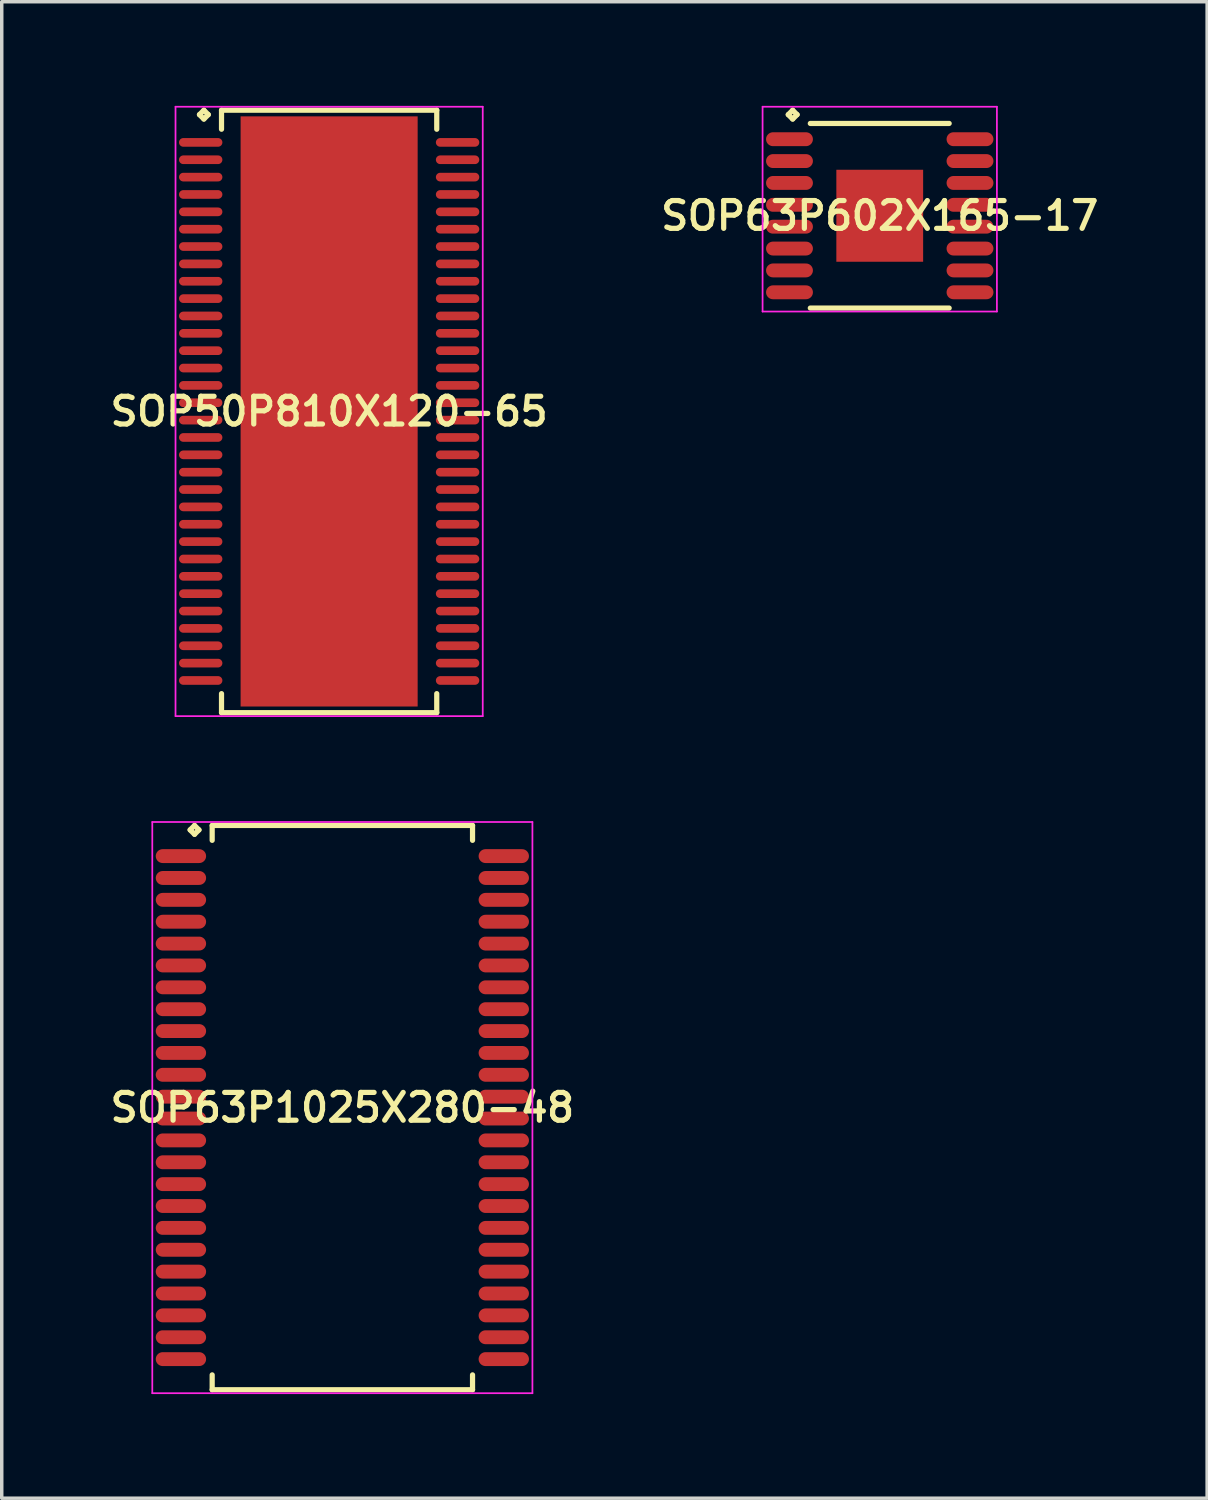
<source format=kicad_pcb>
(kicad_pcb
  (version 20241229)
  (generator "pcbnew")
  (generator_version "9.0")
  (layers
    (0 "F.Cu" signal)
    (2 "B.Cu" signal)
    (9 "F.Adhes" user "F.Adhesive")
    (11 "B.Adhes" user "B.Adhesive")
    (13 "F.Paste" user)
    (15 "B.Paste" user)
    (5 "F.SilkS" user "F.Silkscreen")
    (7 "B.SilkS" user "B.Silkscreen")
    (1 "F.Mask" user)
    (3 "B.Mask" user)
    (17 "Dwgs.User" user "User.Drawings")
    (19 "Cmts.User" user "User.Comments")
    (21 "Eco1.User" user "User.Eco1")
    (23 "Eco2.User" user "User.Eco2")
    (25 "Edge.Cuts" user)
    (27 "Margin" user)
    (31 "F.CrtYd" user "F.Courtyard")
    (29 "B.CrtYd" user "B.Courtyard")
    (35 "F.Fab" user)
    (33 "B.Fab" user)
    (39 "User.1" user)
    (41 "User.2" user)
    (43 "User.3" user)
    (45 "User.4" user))
  (footprint "SOP63P602X165-17"
    (layer "F.Cu")
    (at 22.292 3.165)
    (property "Reference" "SOP63P602X165-17" (at 0 0 0) (layer "F.SilkS") (effects (font (size 0.8 0.8) (thickness 0.15))))
    (attr smd)
    (fp_line (start -2.635 -2.913) (end -2.508 -3.04) (stroke (width 0.15) (type solid)) (layer "F.SilkS"))
    (fp_line (start -2.508 -3.04) (end -2.381 -2.913) (stroke (width 0.15) (type solid)) (layer "F.SilkS"))
    (fp_line (start -2.508 -2.786) (end -2.635 -2.913) (stroke (width 0.15) (type solid)) (layer "F.SilkS"))
    (fp_line (start -2.381 -2.913) (end -2.508 -2.786) (stroke (width 0.15) (type solid)) (layer "F.SilkS"))
    (fp_line (start -2 -2.659) (end 2 -2.659) (stroke (width 0.15) (type solid)) (layer "F.SilkS"))
    (fp_line (start -2 2.659) (end 2 2.659) (stroke (width 0.15) (type solid)) (layer "F.SilkS"))
    (fp_line (start -3.375 -3.14) (end 3.375 -3.14) (stroke (width 0.05) (type solid)) (layer "F.CrtYd"))
    (fp_line (start -3.375 2.759) (end -3.375 -3.14) (stroke (width 0.05) (type solid)) (layer "F.CrtYd"))
    (fp_line (start 3.375 -3.14) (end 3.375 2.759) (stroke (width 0.05) (type solid)) (layer "F.CrtYd"))
    (fp_line (start 3.375 2.759) (end -3.375 2.759) (stroke (width 0.05) (type solid)) (layer "F.CrtYd"))
    (pad "1" smd oval (at -2.6 -2.205) (size 1.35 0.4) (layers "F.Cu" "F.Mask" "F.Paste"))
    (pad "2" smd oval (at -2.6 -1.575) (size 1.35 0.4) (layers "F.Cu" "F.Mask" "F.Paste"))
    (pad "3" smd oval (at -2.6 -0.945) (size 1.35 0.4) (layers "F.Cu" "F.Mask" "F.Paste"))
    (pad "4" smd oval (at -2.6 -0.315) (size 1.35 0.4) (layers "F.Cu" "F.Mask" "F.Paste"))
    (pad "5" smd oval (at -2.6 0.315) (size 1.35 0.4) (layers "F.Cu" "F.Mask" "F.Paste"))
    (pad "6" smd oval (at -2.6 0.945) (size 1.35 0.4) (layers "F.Cu" "F.Mask" "F.Paste"))
    (pad "7" smd oval (at -2.6 1.575) (size 1.35 0.4) (layers "F.Cu" "F.Mask" "F.Paste"))
    (pad "8" smd oval (at -2.6 2.205) (size 1.35 0.4) (layers "F.Cu" "F.Mask" "F.Paste"))
    (pad "9" smd oval (at 2.6 2.205) (size 1.35 0.4) (layers "F.Cu" "F.Mask" "F.Paste"))
    (pad "10" smd oval (at 2.6 1.575) (size 1.35 0.4) (layers "F.Cu" "F.Mask" "F.Paste"))
    (pad "11" smd oval (at 2.6 0.945) (size 1.35 0.4) (layers "F.Cu" "F.Mask" "F.Paste"))
    (pad "12" smd oval (at 2.6 0.315) (size 1.35 0.4) (layers "F.Cu" "F.Mask" "F.Paste"))
    (pad "13" smd oval (at 2.6 -0.315) (size 1.35 0.4) (layers "F.Cu" "F.Mask" "F.Paste"))
    (pad "14" smd oval (at 2.6 -0.945) (size 1.35 0.4) (layers "F.Cu" "F.Mask" "F.Paste"))
    (pad "15" smd oval (at 2.6 -1.575) (size 1.35 0.4) (layers "F.Cu" "F.Mask" "F.Paste"))
    (pad "16" smd oval (at 2.6 -2.205) (size 1.35 0.4) (layers "F.Cu" "F.Mask" "F.Paste"))
    (pad "17" smd rect (at 0 0) (size 2.5 2.65) (layers "F.Cu" "F.Mask" "F.Paste")))
  (footprint "SOP50P810X120-65"
    (layer "F.Cu")
    (at 6.431 8.802)
    (property "Reference" "SOP50P810X120-65" (at 0 0 0) (layer "F.SilkS") (effects (font (size 0.8 0.8) (thickness 0.15))))
    (attr smd)
    (fp_line (start -3.735 -8.55) (end -3.608 -8.677) (stroke (width 0.15) (type solid)) (layer "F.SilkS"))
    (fp_line (start -3.608 -8.677) (end -3.481 -8.55) (stroke (width 0.15) (type solid)) (layer "F.SilkS"))
    (fp_line (start -3.608 -8.423) (end -3.735 -8.55) (stroke (width 0.15) (type solid)) (layer "F.SilkS"))
    (fp_line (start -3.481 -8.55) (end -3.608 -8.423) (stroke (width 0.15) (type solid)) (layer "F.SilkS"))
    (fp_line (start -3.1 -8.677) (end 3.1 -8.677) (stroke (width 0.15) (type solid)) (layer "F.SilkS"))
    (fp_line (start -3.1 -8.129) (end -3.1 -8.677) (stroke (width 0.15) (type solid)) (layer "F.SilkS"))
    (fp_line (start -3.1 8.129) (end -3.1 8.677) (stroke (width 0.15) (type solid)) (layer "F.SilkS"))
    (fp_line (start -3.1 8.677) (end 3.1 8.677) (stroke (width 0.15) (type solid)) (layer "F.SilkS"))
    (fp_line (start 3.1 -8.677) (end 3.1 -8.129) (stroke (width 0.15) (type solid)) (layer "F.SilkS"))
    (fp_line (start 3.1 8.677) (end 3.1 8.129) (stroke (width 0.15) (type solid)) (layer "F.SilkS"))
    (fp_line (start -4.425 -8.777) (end 4.425 -8.777) (stroke (width 0.05) (type solid)) (layer "F.CrtYd"))
    (fp_line (start -4.425 8.777) (end -4.425 -8.777) (stroke (width 0.05) (type solid)) (layer "F.CrtYd"))
    (fp_line (start 4.425 -8.777) (end 4.425 8.777) (stroke (width 0.05) (type solid)) (layer "F.CrtYd"))
    (fp_line (start 4.425 8.777) (end -4.425 8.777) (stroke (width 0.05) (type solid)) (layer "F.CrtYd"))
    (pad "1" smd oval (at -3.7 -7.75) (size 1.25 0.25) (layers "F.Cu" "F.Mask" "F.Paste"))
    (pad "2" smd oval (at -3.7 -7.25) (size 1.25 0.25) (layers "F.Cu" "F.Mask" "F.Paste"))
    (pad "3" smd oval (at -3.7 -6.75) (size 1.25 0.25) (layers "F.Cu" "F.Mask" "F.Paste"))
    (pad "4" smd oval (at -3.7 -6.25) (size 1.25 0.25) (layers "F.Cu" "F.Mask" "F.Paste"))
    (pad "5" smd oval (at -3.7 -5.75) (size 1.25 0.25) (layers "F.Cu" "F.Mask" "F.Paste"))
    (pad "6" smd oval (at -3.7 -5.25) (size 1.25 0.25) (layers "F.Cu" "F.Mask" "F.Paste"))
    (pad "7" smd oval (at -3.7 -4.75) (size 1.25 0.25) (layers "F.Cu" "F.Mask" "F.Paste"))
    (pad "8" smd oval (at -3.7 -4.25) (size 1.25 0.25) (layers "F.Cu" "F.Mask" "F.Paste"))
    (pad "9" smd oval (at -3.7 -3.75) (size 1.25 0.25) (layers "F.Cu" "F.Mask" "F.Paste"))
    (pad "10" smd oval (at -3.7 -3.25) (size 1.25 0.25) (layers "F.Cu" "F.Mask" "F.Paste"))
    (pad "11" smd oval (at -3.7 -2.75) (size 1.25 0.25) (layers "F.Cu" "F.Mask" "F.Paste"))
    (pad "12" smd oval (at -3.7 -2.25) (size 1.25 0.25) (layers "F.Cu" "F.Mask" "F.Paste"))
    (pad "13" smd oval (at -3.7 -1.75) (size 1.25 0.25) (layers "F.Cu" "F.Mask" "F.Paste"))
    (pad "14" smd oval (at -3.7 -1.25) (size 1.25 0.25) (layers "F.Cu" "F.Mask" "F.Paste"))
    (pad "15" smd oval (at -3.7 -0.75) (size 1.25 0.25) (layers "F.Cu" "F.Mask" "F.Paste"))
    (pad "16" smd oval (at -3.7 -0.25) (size 1.25 0.25) (layers "F.Cu" "F.Mask" "F.Paste"))
    (pad "17" smd oval (at -3.7 0.25) (size 1.25 0.25) (layers "F.Cu" "F.Mask" "F.Paste"))
    (pad "18" smd oval (at -3.7 0.75) (size 1.25 0.25) (layers "F.Cu" "F.Mask" "F.Paste"))
    (pad "19" smd oval (at -3.7 1.25) (size 1.25 0.25) (layers "F.Cu" "F.Mask" "F.Paste"))
    (pad "20" smd oval (at -3.7 1.75) (size 1.25 0.25) (layers "F.Cu" "F.Mask" "F.Paste"))
    (pad "21" smd oval (at -3.7 2.25) (size 1.25 0.25) (layers "F.Cu" "F.Mask" "F.Paste"))
    (pad "22" smd oval (at -3.7 2.75) (size 1.25 0.25) (layers "F.Cu" "F.Mask" "F.Paste"))
    (pad "23" smd oval (at -3.7 3.25) (size 1.25 0.25) (layers "F.Cu" "F.Mask" "F.Paste"))
    (pad "24" smd oval (at -3.7 3.75) (size 1.25 0.25) (layers "F.Cu" "F.Mask" "F.Paste"))
    (pad "25" smd oval (at -3.7 4.25) (size 1.25 0.25) (layers "F.Cu" "F.Mask" "F.Paste"))
    (pad "26" smd oval (at -3.7 4.75) (size 1.25 0.25) (layers "F.Cu" "F.Mask" "F.Paste"))
    (pad "27" smd oval (at -3.7 5.25) (size 1.25 0.25) (layers "F.Cu" "F.Mask" "F.Paste"))
    (pad "28" smd oval (at -3.7 5.75) (size 1.25 0.25) (layers "F.Cu" "F.Mask" "F.Paste"))
    (pad "29" smd oval (at -3.7 6.25) (size 1.25 0.25) (layers "F.Cu" "F.Mask" "F.Paste"))
    (pad "30" smd oval (at -3.7 6.75) (size 1.25 0.25) (layers "F.Cu" "F.Mask" "F.Paste"))
    (pad "31" smd oval (at -3.7 7.25) (size 1.25 0.25) (layers "F.Cu" "F.Mask" "F.Paste"))
    (pad "32" smd oval (at -3.7 7.75) (size 1.25 0.25) (layers "F.Cu" "F.Mask" "F.Paste"))
    (pad "33" smd oval (at 3.7 7.75) (size 1.25 0.25) (layers "F.Cu" "F.Mask" "F.Paste"))
    (pad "34" smd oval (at 3.7 7.25) (size 1.25 0.25) (layers "F.Cu" "F.Mask" "F.Paste"))
    (pad "35" smd oval (at 3.7 6.75) (size 1.25 0.25) (layers "F.Cu" "F.Mask" "F.Paste"))
    (pad "36" smd oval (at 3.7 6.25) (size 1.25 0.25) (layers "F.Cu" "F.Mask" "F.Paste"))
    (pad "37" smd oval (at 3.7 5.75) (size 1.25 0.25) (layers "F.Cu" "F.Mask" "F.Paste"))
    (pad "38" smd oval (at 3.7 5.25) (size 1.25 0.25) (layers "F.Cu" "F.Mask" "F.Paste"))
    (pad "39" smd oval (at 3.7 4.75) (size 1.25 0.25) (layers "F.Cu" "F.Mask" "F.Paste"))
    (pad "40" smd oval (at 3.7 4.25) (size 1.25 0.25) (layers "F.Cu" "F.Mask" "F.Paste"))
    (pad "41" smd oval (at 3.7 3.75) (size 1.25 0.25) (layers "F.Cu" "F.Mask" "F.Paste"))
    (pad "42" smd oval (at 3.7 3.25) (size 1.25 0.25) (layers "F.Cu" "F.Mask" "F.Paste"))
    (pad "43" smd oval (at 3.7 2.75) (size 1.25 0.25) (layers "F.Cu" "F.Mask" "F.Paste"))
    (pad "44" smd oval (at 3.7 2.25) (size 1.25 0.25) (layers "F.Cu" "F.Mask" "F.Paste"))
    (pad "45" smd oval (at 3.7 1.75) (size 1.25 0.25) (layers "F.Cu" "F.Mask" "F.Paste"))
    (pad "46" smd oval (at 3.7 1.25) (size 1.25 0.25) (layers "F.Cu" "F.Mask" "F.Paste"))
    (pad "47" smd oval (at 3.7 0.75) (size 1.25 0.25) (layers "F.Cu" "F.Mask" "F.Paste"))
    (pad "48" smd oval (at 3.7 0.25) (size 1.25 0.25) (layers "F.Cu" "F.Mask" "F.Paste"))
    (pad "49" smd oval (at 3.7 -0.25) (size 1.25 0.25) (layers "F.Cu" "F.Mask" "F.Paste"))
    (pad "50" smd oval (at 3.7 -0.75) (size 1.25 0.25) (layers "F.Cu" "F.Mask" "F.Paste"))
    (pad "51" smd oval (at 3.7 -1.25) (size 1.25 0.25) (layers "F.Cu" "F.Mask" "F.Paste"))
    (pad "52" smd oval (at 3.7 -1.75) (size 1.25 0.25) (layers "F.Cu" "F.Mask" "F.Paste"))
    (pad "53" smd oval (at 3.7 -2.25) (size 1.25 0.25) (layers "F.Cu" "F.Mask" "F.Paste"))
    (pad "54" smd oval (at 3.7 -2.75) (size 1.25 0.25) (layers "F.Cu" "F.Mask" "F.Paste"))
    (pad "55" smd oval (at 3.7 -3.25) (size 1.25 0.25) (layers "F.Cu" "F.Mask" "F.Paste"))
    (pad "56" smd oval (at 3.7 -3.75) (size 1.25 0.25) (layers "F.Cu" "F.Mask" "F.Paste"))
    (pad "57" smd oval (at 3.7 -4.25) (size 1.25 0.25) (layers "F.Cu" "F.Mask" "F.Paste"))
    (pad "58" smd oval (at 3.7 -4.75) (size 1.25 0.25) (layers "F.Cu" "F.Mask" "F.Paste"))
    (pad "59" smd oval (at 3.7 -5.25) (size 1.25 0.25) (layers "F.Cu" "F.Mask" "F.Paste"))
    (pad "60" smd oval (at 3.7 -5.75) (size 1.25 0.25) (layers "F.Cu" "F.Mask" "F.Paste"))
    (pad "61" smd oval (at 3.7 -6.25) (size 1.25 0.25) (layers "F.Cu" "F.Mask" "F.Paste"))
    (pad "62" smd oval (at 3.7 -6.75) (size 1.25 0.25) (layers "F.Cu" "F.Mask" "F.Paste"))
    (pad "63" smd oval (at 3.7 -7.25) (size 1.25 0.25) (layers "F.Cu" "F.Mask" "F.Paste"))
    (pad "64" smd oval (at 3.7 -7.75) (size 1.25 0.25) (layers "F.Cu" "F.Mask" "F.Paste"))
    (pad "65" smd rect (at 0 0) (size 5.1 17) (layers "F.Cu" "F.Mask" "F.Paste")))
  (footprint "SOP63P1025X280-48"
    (layer "F.Cu")
    (at 6.812 28.856)
    (property "Reference" "SOP63P1025X280-48" (at 0 0 0) (layer "F.SilkS") (effects (font (size 0.8 0.8) (thickness 0.15))))
    (attr smd)
    (fp_line (start -4.385 -8) (end -4.258 -8.127) (stroke (width 0.15) (type solid)) (layer "F.SilkS"))
    (fp_line (start -4.258 -8.127) (end -4.131 -8) (stroke (width 0.15) (type solid)) (layer "F.SilkS"))
    (fp_line (start -4.258 -7.873) (end -4.385 -8) (stroke (width 0.15) (type solid)) (layer "F.SilkS"))
    (fp_line (start -4.131 -8) (end -4.258 -7.873) (stroke (width 0.15) (type solid)) (layer "F.SilkS"))
    (fp_line (start -3.75 -8.127) (end 3.75 -8.127) (stroke (width 0.15) (type solid)) (layer "F.SilkS"))
    (fp_line (start -3.75 -7.699) (end -3.75 -8.127) (stroke (width 0.15) (type solid)) (layer "F.SilkS"))
    (fp_line (start -3.75 7.699) (end -3.75 8.127) (stroke (width 0.15) (type solid)) (layer "F.SilkS"))
    (fp_line (start -3.75 8.127) (end 3.75 8.127) (stroke (width 0.15) (type solid)) (layer "F.SilkS"))
    (fp_line (start 3.75 -8.127) (end 3.75 -7.699) (stroke (width 0.15) (type solid)) (layer "F.SilkS"))
    (fp_line (start 3.75 8.127) (end 3.75 7.699) (stroke (width 0.15) (type solid)) (layer "F.SilkS"))
    (fp_line (start -5.475 -8.227) (end 5.475 -8.227) (stroke (width 0.05) (type solid)) (layer "F.CrtYd"))
    (fp_line (start -5.475 8.227) (end -5.475 -8.227) (stroke (width 0.05) (type solid)) (layer "F.CrtYd"))
    (fp_line (start 5.475 -8.227) (end 5.475 8.227) (stroke (width 0.05) (type solid)) (layer "F.CrtYd"))
    (fp_line (start 5.475 8.227) (end -5.475 8.227) (stroke (width 0.05) (type solid)) (layer "F.CrtYd"))
    (pad "1" smd oval (at -4.65 -7.245) (size 1.45 0.4) (layers "F.Cu" "F.Mask" "F.Paste"))
    (pad "2" smd oval (at -4.65 -6.615) (size 1.45 0.4) (layers "F.Cu" "F.Mask" "F.Paste"))
    (pad "3" smd oval (at -4.65 -5.985) (size 1.45 0.4) (layers "F.Cu" "F.Mask" "F.Paste"))
    (pad "4" smd oval (at -4.65 -5.355) (size 1.45 0.4) (layers "F.Cu" "F.Mask" "F.Paste"))
    (pad "5" smd oval (at -4.65 -4.725) (size 1.45 0.4) (layers "F.Cu" "F.Mask" "F.Paste"))
    (pad "6" smd oval (at -4.65 -4.095) (size 1.45 0.4) (layers "F.Cu" "F.Mask" "F.Paste"))
    (pad "7" smd oval (at -4.65 -3.465) (size 1.45 0.4) (layers "F.Cu" "F.Mask" "F.Paste"))
    (pad "8" smd oval (at -4.65 -2.835) (size 1.45 0.4) (layers "F.Cu" "F.Mask" "F.Paste"))
    (pad "9" smd oval (at -4.65 -2.205) (size 1.45 0.4) (layers "F.Cu" "F.Mask" "F.Paste"))
    (pad "10" smd oval (at -4.65 -1.575) (size 1.45 0.4) (layers "F.Cu" "F.Mask" "F.Paste"))
    (pad "11" smd oval (at -4.65 -0.945) (size 1.45 0.4) (layers "F.Cu" "F.Mask" "F.Paste"))
    (pad "12" smd oval (at -4.65 -0.315) (size 1.45 0.4) (layers "F.Cu" "F.Mask" "F.Paste"))
    (pad "13" smd oval (at -4.65 0.315) (size 1.45 0.4) (layers "F.Cu" "F.Mask" "F.Paste"))
    (pad "14" smd oval (at -4.65 0.945) (size 1.45 0.4) (layers "F.Cu" "F.Mask" "F.Paste"))
    (pad "15" smd oval (at -4.65 1.575) (size 1.45 0.4) (layers "F.Cu" "F.Mask" "F.Paste"))
    (pad "16" smd oval (at -4.65 2.205) (size 1.45 0.4) (layers "F.Cu" "F.Mask" "F.Paste"))
    (pad "17" smd oval (at -4.65 2.835) (size 1.45 0.4) (layers "F.Cu" "F.Mask" "F.Paste"))
    (pad "18" smd oval (at -4.65 3.465) (size 1.45 0.4) (layers "F.Cu" "F.Mask" "F.Paste"))
    (pad "19" smd oval (at -4.65 4.095) (size 1.45 0.4) (layers "F.Cu" "F.Mask" "F.Paste"))
    (pad "20" smd oval (at -4.65 4.725) (size 1.45 0.4) (layers "F.Cu" "F.Mask" "F.Paste"))
    (pad "21" smd oval (at -4.65 5.355) (size 1.45 0.4) (layers "F.Cu" "F.Mask" "F.Paste"))
    (pad "22" smd oval (at -4.65 5.985) (size 1.45 0.4) (layers "F.Cu" "F.Mask" "F.Paste"))
    (pad "23" smd oval (at -4.65 6.615) (size 1.45 0.4) (layers "F.Cu" "F.Mask" "F.Paste"))
    (pad "24" smd oval (at -4.65 7.245) (size 1.45 0.4) (layers "F.Cu" "F.Mask" "F.Paste"))
    (pad "25" smd oval (at 4.65 7.245) (size 1.45 0.4) (layers "F.Cu" "F.Mask" "F.Paste"))
    (pad "26" smd oval (at 4.65 6.615) (size 1.45 0.4) (layers "F.Cu" "F.Mask" "F.Paste"))
    (pad "27" smd oval (at 4.65 5.985) (size 1.45 0.4) (layers "F.Cu" "F.Mask" "F.Paste"))
    (pad "28" smd oval (at 4.65 5.355) (size 1.45 0.4) (layers "F.Cu" "F.Mask" "F.Paste"))
    (pad "29" smd oval (at 4.65 4.725) (size 1.45 0.4) (layers "F.Cu" "F.Mask" "F.Paste"))
    (pad "30" smd oval (at 4.65 4.095) (size 1.45 0.4) (layers "F.Cu" "F.Mask" "F.Paste"))
    (pad "31" smd oval (at 4.65 3.465) (size 1.45 0.4) (layers "F.Cu" "F.Mask" "F.Paste"))
    (pad "32" smd oval (at 4.65 2.835) (size 1.45 0.4) (layers "F.Cu" "F.Mask" "F.Paste"))
    (pad "33" smd oval (at 4.65 2.205) (size 1.45 0.4) (layers "F.Cu" "F.Mask" "F.Paste"))
    (pad "34" smd oval (at 4.65 1.575) (size 1.45 0.4) (layers "F.Cu" "F.Mask" "F.Paste"))
    (pad "35" smd oval (at 4.65 0.945) (size 1.45 0.4) (layers "F.Cu" "F.Mask" "F.Paste"))
    (pad "36" smd oval (at 4.65 0.315) (size 1.45 0.4) (layers "F.Cu" "F.Mask" "F.Paste"))
    (pad "37" smd oval (at 4.65 -0.315) (size 1.45 0.4) (layers "F.Cu" "F.Mask" "F.Paste"))
    (pad "38" smd oval (at 4.65 -0.945) (size 1.45 0.4) (layers "F.Cu" "F.Mask" "F.Paste"))
    (pad "39" smd oval (at 4.65 -1.575) (size 1.45 0.4) (layers "F.Cu" "F.Mask" "F.Paste"))
    (pad "40" smd oval (at 4.65 -2.205) (size 1.45 0.4) (layers "F.Cu" "F.Mask" "F.Paste"))
    (pad "41" smd oval (at 4.65 -2.835) (size 1.45 0.4) (layers "F.Cu" "F.Mask" "F.Paste"))
    (pad "42" smd oval (at 4.65 -3.465) (size 1.45 0.4) (layers "F.Cu" "F.Mask" "F.Paste"))
    (pad "43" smd oval (at 4.65 -4.095) (size 1.45 0.4) (layers "F.Cu" "F.Mask" "F.Paste"))
    (pad "44" smd oval (at 4.65 -4.725) (size 1.45 0.4) (layers "F.Cu" "F.Mask" "F.Paste"))
    (pad "45" smd oval (at 4.65 -5.355) (size 1.45 0.4) (layers "F.Cu" "F.Mask" "F.Paste"))
    (pad "46" smd oval (at 4.65 -5.985) (size 1.45 0.4) (layers "F.Cu" "F.Mask" "F.Paste"))
    (pad "47" smd oval (at 4.65 -6.615) (size 1.45 0.4) (layers "F.Cu" "F.Mask" "F.Paste"))
    (pad "48" smd oval (at 4.65 -7.245) (size 1.45 0.4) (layers "F.Cu" "F.Mask" "F.Paste")))
  (gr_rect
    (start -3 -3)
    (end 31.723 40.108)
    (stroke (width 0.1) (type default))
    (fill no)
    (layer "Edge.Cuts")))
</source>
